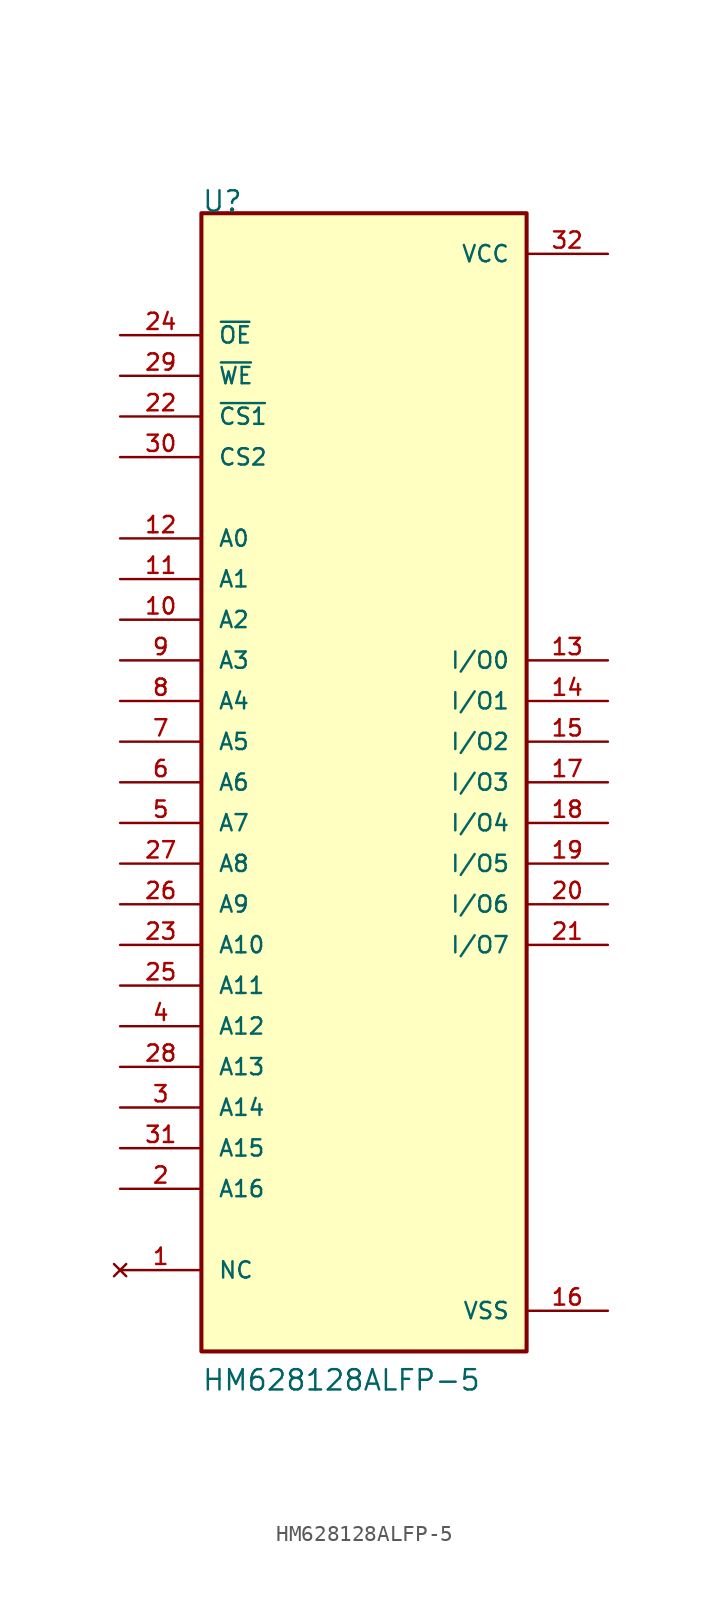
<source format=kicad_sym>
(kicad_symbol_lib
  (version 20211014)
  (generator kicad_symbol_editor)
  (symbol "HM628128ALFP-5"
    (pin_names
      (offset 1.016))
    (property "Reference" "U"
      (at -10.16 35.56 0)
      (effects (font (size 1.27 1.27)) (justify bottom left)))
    (property "Value" "HM628128ALFP-5"
      (at -10.16 -38.1 0)
      (effects (font (size 1.27 1.27)) (justify bottom left)))
    (symbol "HM628128ALFP-5_0_0"
      (rectangle (start -10.16 -35.56) (end 10.16 35.56) (stroke (width 0.254)) (fill (type background)))
      (pin input line (at -15.24 27.94 0) (length 5.08) (name "~{OE}" (effects (font (size 1.016 1.016)))) (number "24" (effects (font (size 1.016 1.016)))))
      (pin input line (at -15.24 25.4 0) (length 5.08) (name "~{WE}" (effects (font (size 1.016 1.016)))) (number "29" (effects (font (size 1.016 1.016)))))
      (pin input line (at -15.24 22.86 0) (length 5.08) (name "~{CS1}" (effects (font (size 1.016 1.016)))) (number "22" (effects (font (size 1.016 1.016)))))
      (pin input line (at -15.24 15.24 0) (length 5.08) (name "A0" (effects (font (size 1.016 1.016)))) (number "12" (effects (font (size 1.016 1.016)))))
      (pin bidirectional line (at 15.24 7.62 180.0) (length 5.08) (name "I/O0" (effects (font (size 1.016 1.016)))) (number "13" (effects (font (size 1.016 1.016)))))
      (pin power_in line (at 15.24 33.02 180.0) (length 5.08) (name "VCC" (effects (font (size 1.016 1.016)))) (number "32" (effects (font (size 1.016 1.016)))))
      (pin input line (at -15.24 20.32 0) (length 5.08) (name "CS2" (effects (font (size 1.016 1.016)))) (number "30" (effects (font (size 1.016 1.016)))))
      (pin input line (at -15.24 12.7 0) (length 5.08) (name "A1" (effects (font (size 1.016 1.016)))) (number "11" (effects (font (size 1.016 1.016)))))
      (pin input line (at -15.24 10.16 0) (length 5.08) (name "A2" (effects (font (size 1.016 1.016)))) (number "10" (effects (font (size 1.016 1.016)))))
      (pin input line (at -15.24 7.62 0) (length 5.08) (name "A3" (effects (font (size 1.016 1.016)))) (number "9" (effects (font (size 1.016 1.016)))))
      (pin input line (at -15.24 5.08 0) (length 5.08) (name "A4" (effects (font (size 1.016 1.016)))) (number "8" (effects (font (size 1.016 1.016)))))
      (pin input line (at -15.24 2.54 0) (length 5.08) (name "A5" (effects (font (size 1.016 1.016)))) (number "7" (effects (font (size 1.016 1.016)))))
      (pin input line (at -15.24 0.0 0) (length 5.08) (name "A6" (effects (font (size 1.016 1.016)))) (number "6" (effects (font (size 1.016 1.016)))))
      (pin input line (at -15.24 -2.54 0) (length 5.08) (name "A7" (effects (font (size 1.016 1.016)))) (number "5" (effects (font (size 1.016 1.016)))))
      (pin input line (at -15.24 -5.08 0) (length 5.08) (name "A8" (effects (font (size 1.016 1.016)))) (number "27" (effects (font (size 1.016 1.016)))))
      (pin input line (at -15.24 -7.62 0) (length 5.08) (name "A9" (effects (font (size 1.016 1.016)))) (number "26" (effects (font (size 1.016 1.016)))))
      (pin input line (at -15.24 -10.16 0) (length 5.08) (name "A10" (effects (font (size 1.016 1.016)))) (number "23" (effects (font (size 1.016 1.016)))))
      (pin input line (at -15.24 -12.7 0) (length 5.08) (name "A11" (effects (font (size 1.016 1.016)))) (number "25" (effects (font (size 1.016 1.016)))))
      (pin input line (at -15.24 -15.24 0) (length 5.08) (name "A12" (effects (font (size 1.016 1.016)))) (number "4" (effects (font (size 1.016 1.016)))))
      (pin input line (at -15.24 -17.78 0) (length 5.08) (name "A13" (effects (font (size 1.016 1.016)))) (number "28" (effects (font (size 1.016 1.016)))))
      (pin input line (at -15.24 -20.32 0) (length 5.08) (name "A14" (effects (font (size 1.016 1.016)))) (number "3" (effects (font (size 1.016 1.016)))))
      (pin input line (at -15.24 -22.86 0) (length 5.08) (name "A15" (effects (font (size 1.016 1.016)))) (number "31" (effects (font (size 1.016 1.016)))))
      (pin input line (at -15.24 -25.4 0) (length 5.08) (name "A16" (effects (font (size 1.016 1.016)))) (number "2" (effects (font (size 1.016 1.016)))))
      (pin no_connect line (at -15.24 -30.48 0) (length 5.08) (name "NC" (effects (font (size 1.016 1.016)))) (number "1" (effects (font (size 1.016 1.016)))))
      (pin bidirectional line (at 15.24 5.08 180.0) (length 5.08) (name "I/O1" (effects (font (size 1.016 1.016)))) (number "14" (effects (font (size 1.016 1.016)))))
      (pin bidirectional line (at 15.24 2.54 180.0) (length 5.08) (name "I/O2" (effects (font (size 1.016 1.016)))) (number "15" (effects (font (size 1.016 1.016)))))
      (pin bidirectional line (at 15.24 0.0 180.0) (length 5.08) (name "I/O3" (effects (font (size 1.016 1.016)))) (number "17" (effects (font (size 1.016 1.016)))))
      (pin bidirectional line (at 15.24 -2.54 180.0) (length 5.08) (name "I/O4" (effects (font (size 1.016 1.016)))) (number "18" (effects (font (size 1.016 1.016)))))
      (pin bidirectional line (at 15.24 -5.08 180.0) (length 5.08) (name "I/O5" (effects (font (size 1.016 1.016)))) (number "19" (effects (font (size 1.016 1.016)))))
      (pin bidirectional line (at 15.24 -7.62 180.0) (length 5.08) (name "I/O6" (effects (font (size 1.016 1.016)))) (number "20" (effects (font (size 1.016 1.016)))))
      (pin bidirectional line (at 15.24 -10.16 180.0) (length 5.08) (name "I/O7" (effects (font (size 1.016 1.016)))) (number "21" (effects (font (size 1.016 1.016)))))
      (pin power_in line (at 15.24 -33.02 180.0) (length 5.08) (name "VSS" (effects (font (size 1.016 1.016)))) (number "16" (effects (font (size 1.016 1.016))))))))
</source>
